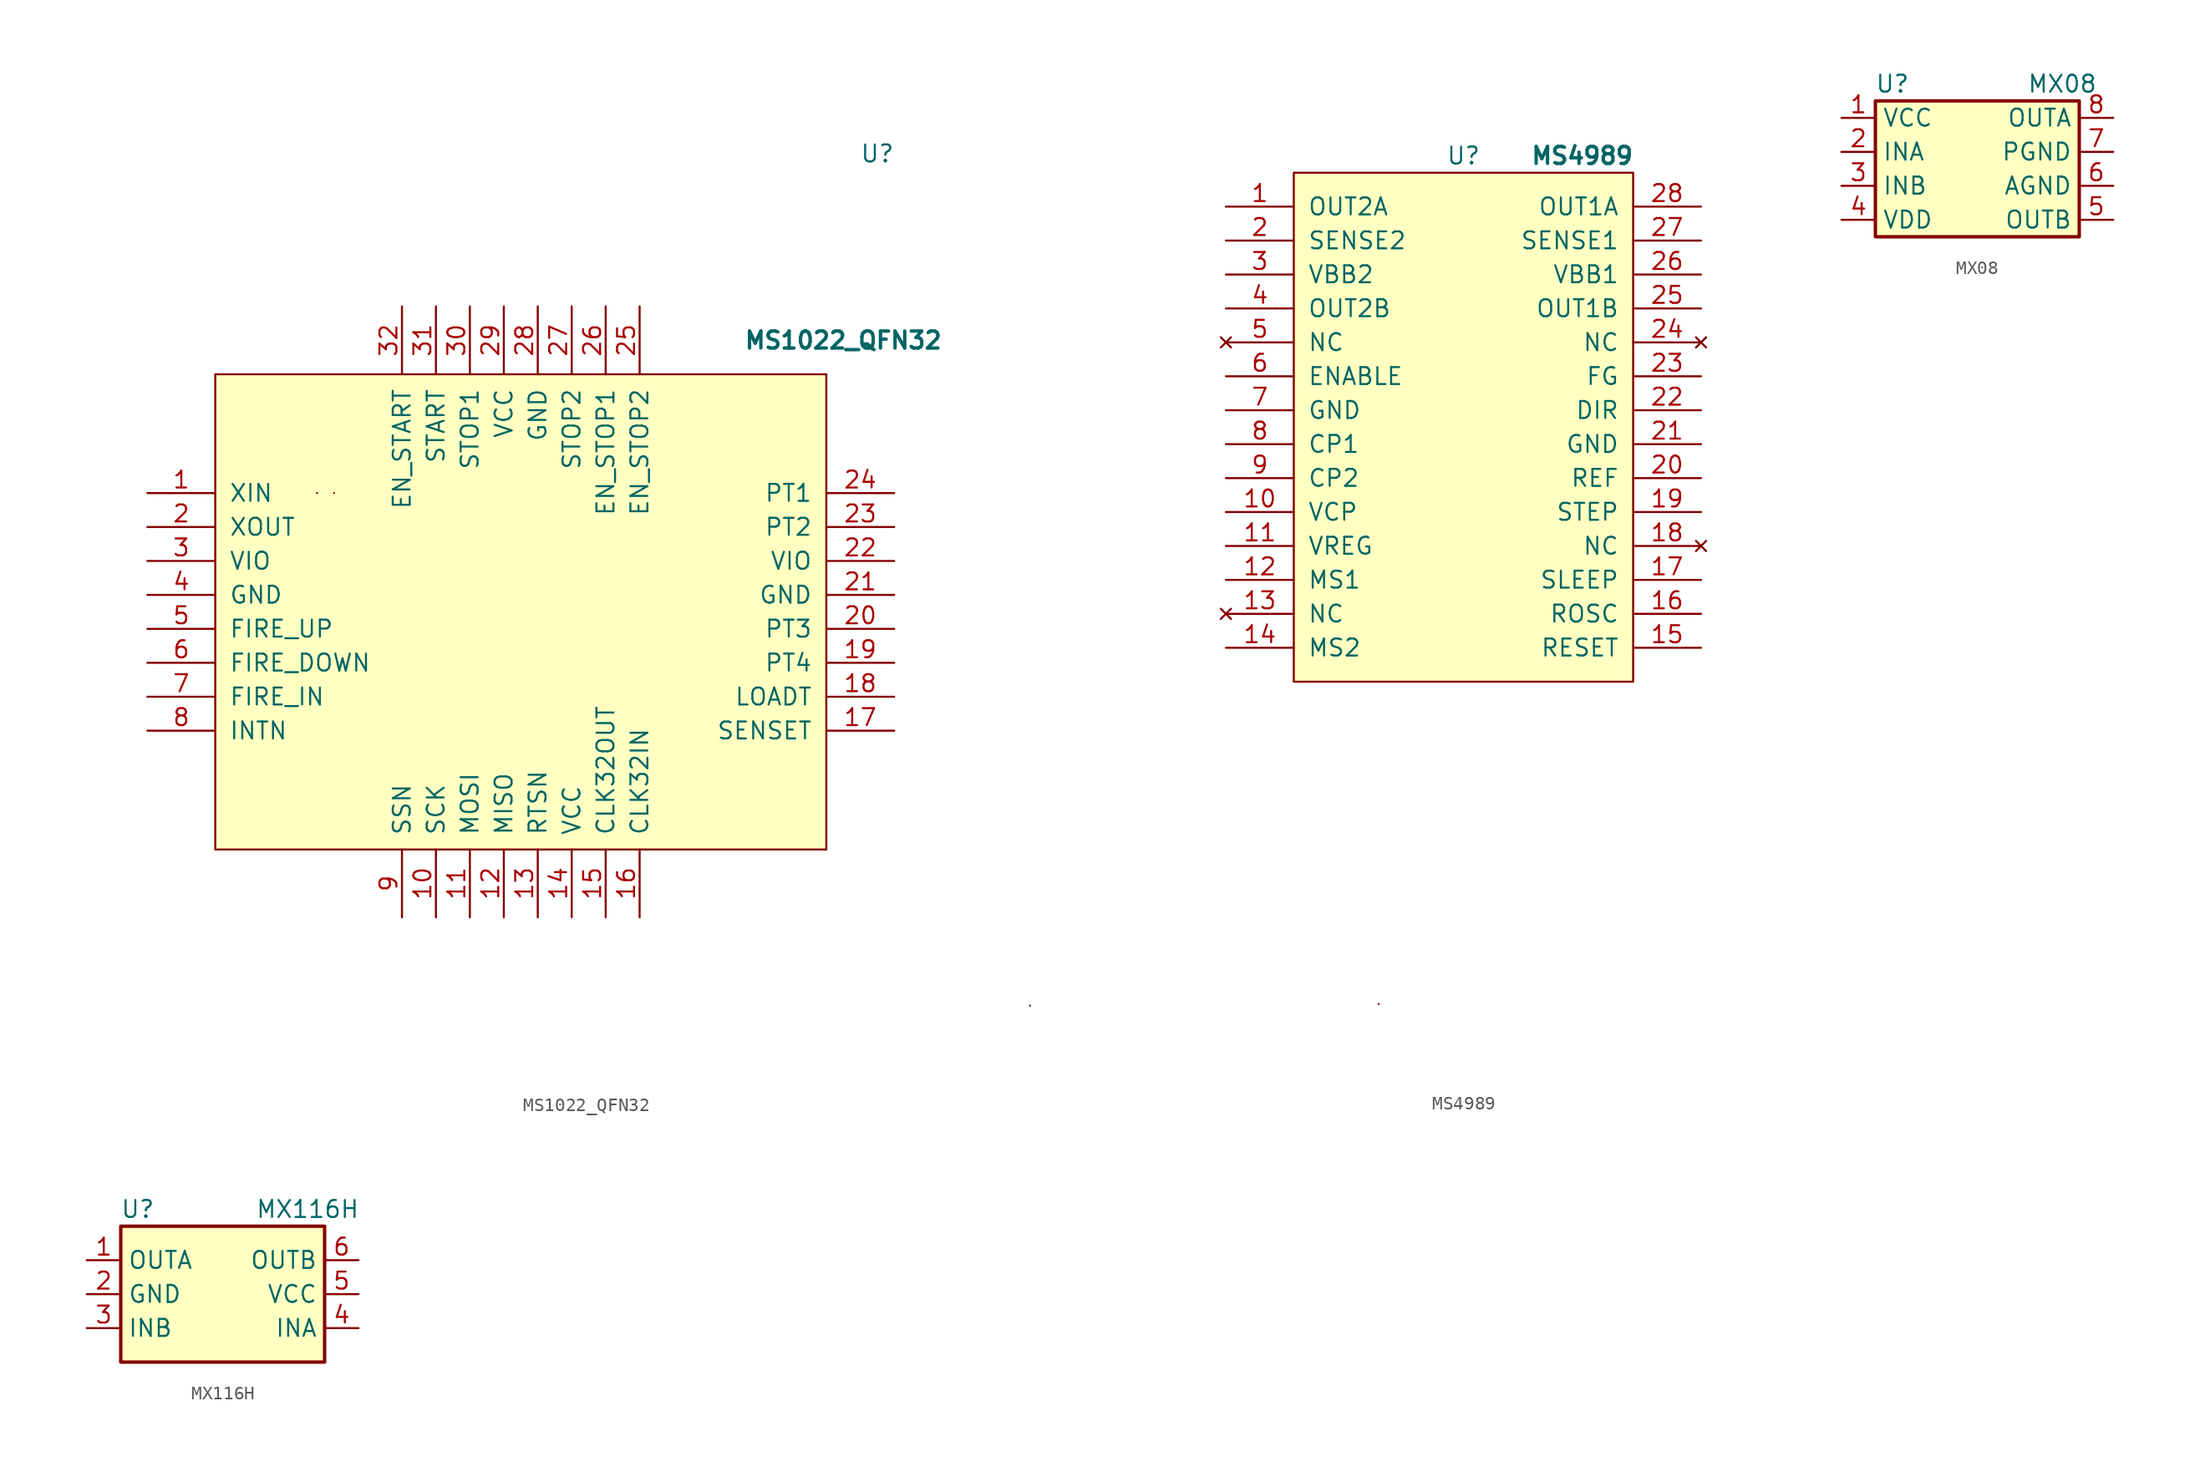
<source format=kicad_sym>
(kicad_symbol_lib
  (version 20211014)
  (generator kicad_symbol_editor)
  (symbol "MS1022_QFN32"
    (pin_names
      (offset 1.016))
    (property "Reference" "U"
      (at 26.67 34.29 0)
      (effects (font (size 1.27 1.27))))
    (property "Value" "MS1022_QFN32"
      (at 24.13 20.32 0)
      (effects (font (size 1.27 1.27) bold)))
    (symbol "MS1022_QFN32_0_1"
      (rectangle (start -22.86 17.78) (end 22.86 -17.78) (stroke (width 0) (type default) (color 0 0 0 0)) (fill (type background)))
      (rectangle (start -15.24 8.89) (end -15.24 8.89) (stroke (width 0) (type default) (color 0 0 0 0)) (fill (type background)))
      (rectangle (start -13.97 8.89) (end -13.97 8.89) (stroke (width 0) (type default) (color 0 0 0 0)) (fill (type none)))
      (rectangle (start 38.1 -29.464) (end 38.1 -29.464) (stroke (width 0) (type default) (color 0 0 0 0)) (fill (type none))))
    (symbol "MS1022_QFN32_1_1"
      (pin passive line (at -27.94 8.89 0) (length 5.08) (name "XIN" (effects (font (size 1.27 1.27)))) (number "1" (effects (font (size 1.27 1.27)))))
      (pin passive line (at -6.35 -22.86 90) (length 5.08) (name "SCK" (effects (font (size 1.27 1.27)))) (number "10" (effects (font (size 1.27 1.27)))))
      (pin passive line (at -3.81 -22.86 90) (length 5.08) (name "MOSI" (effects (font (size 1.27 1.27)))) (number "11" (effects (font (size 1.27 1.27)))))
      (pin passive line (at -1.27 -22.86 90) (length 5.08) (name "MISO" (effects (font (size 1.27 1.27)))) (number "12" (effects (font (size 1.27 1.27)))))
      (pin input line (at 1.27 -22.86 90) (length 5.08) (name "RTSN" (effects (font (size 1.27 1.27)))) (number "13" (effects (font (size 1.27 1.27)))))
      (pin power_in line (at 3.81 -22.86 90) (length 5.08) (name "VCC" (effects (font (size 1.27 1.27)))) (number "14" (effects (font (size 1.27 1.27)))))
      (pin passive line (at 6.35 -22.86 90) (length 5.08) (name "CLK32OUT" (effects (font (size 1.27 1.27)))) (number "15" (effects (font (size 1.27 1.27)))))
      (pin passive line (at 8.89 -22.86 90) (length 5.08) (name "CLK32IN" (effects (font (size 1.27 1.27)))) (number "16" (effects (font (size 1.27 1.27)))))
      (pin input line (at 27.94 -8.89 180) (length 5.08) (name "SENSET" (effects (font (size 1.27 1.27)))) (number "17" (effects (font (size 1.27 1.27)))))
      (pin output line (at 27.94 -6.35 180) (length 5.08) (name "LOADT" (effects (font (size 1.27 1.27)))) (number "18" (effects (font (size 1.27 1.27)))))
      (pin passive line (at 27.94 -3.81 180) (length 5.08) (name "PT4" (effects (font (size 1.27 1.27)))) (number "19" (effects (font (size 1.27 1.27)))))
      (pin passive line (at -27.94 6.35 0) (length 5.08) (name "XOUT" (effects (font (size 1.27 1.27)))) (number "2" (effects (font (size 1.27 1.27)))))
      (pin passive line (at 27.94 -1.27 180) (length 5.08) (name "PT3" (effects (font (size 1.27 1.27)))) (number "20" (effects (font (size 1.27 1.27)))))
      (pin power_in line (at 27.94 1.27 180) (length 5.08) (name "GND" (effects (font (size 1.27 1.27)))) (number "21" (effects (font (size 1.27 1.27)))))
      (pin passive line (at 27.94 3.81 180) (length 5.08) (name "VIO" (effects (font (size 1.27 1.27)))) (number "22" (effects (font (size 1.27 1.27)))))
      (pin passive line (at 27.94 6.35 180) (length 5.08) (name "PT2" (effects (font (size 1.27 1.27)))) (number "23" (effects (font (size 1.27 1.27)))))
      (pin passive line (at 27.94 8.89 180) (length 5.08) (name "PT1" (effects (font (size 1.27 1.27)))) (number "24" (effects (font (size 1.27 1.27)))))
      (pin input line (at 8.89 22.86 270) (length 5.08) (name "EN_STOP2" (effects (font (size 1.27 1.27)))) (number "25" (effects (font (size 1.27 1.27)))))
      (pin input line (at 6.35 22.86 270) (length 5.08) (name "EN_STOP1" (effects (font (size 1.27 1.27)))) (number "26" (effects (font (size 1.27 1.27)))))
      (pin input line (at 3.81 22.86 270) (length 5.08) (name "STOP2" (effects (font (size 1.27 1.27)))) (number "27" (effects (font (size 1.27 1.27)))))
      (pin power_in line (at 1.27 22.86 270) (length 5.08) (name "GND" (effects (font (size 1.27 1.27)))) (number "28" (effects (font (size 1.27 1.27)))))
      (pin power_in line (at -1.27 22.86 270) (length 5.08) (name "VCC" (effects (font (size 1.27 1.27)))) (number "29" (effects (font (size 1.27 1.27)))))
      (pin passive line (at -27.94 3.81 0) (length 5.08) (name "VIO" (effects (font (size 1.27 1.27)))) (number "3" (effects (font (size 1.27 1.27)))))
      (pin input line (at -3.81 22.86 270) (length 5.08) (name "STOP1" (effects (font (size 1.27 1.27)))) (number "30" (effects (font (size 1.27 1.27)))))
      (pin input line (at -6.35 22.86 270) (length 5.08) (name "START" (effects (font (size 1.27 1.27)))) (number "31" (effects (font (size 1.27 1.27)))))
      (pin bidirectional line (at -8.89 22.86 270) (length 5.08) (name "EN_START" (effects (font (size 1.27 1.27)))) (number "32" (effects (font (size 1.27 1.27)))))
      (pin power_in line (at -27.94 1.27 0) (length 5.08) (name "GND" (effects (font (size 1.27 1.27)))) (number "4" (effects (font (size 1.27 1.27)))))
      (pin bidirectional line (at -27.94 -1.27 0) (length 5.08) (name "FIRE_UP" (effects (font (size 1.27 1.27)))) (number "5" (effects (font (size 1.27 1.27)))))
      (pin bidirectional line (at -27.94 -3.81 0) (length 5.08) (name "FIRE_DOWN" (effects (font (size 1.27 1.27)))) (number "6" (effects (font (size 1.27 1.27)))))
      (pin input line (at -27.94 -6.35 0) (length 5.08) (name "FIRE_IN" (effects (font (size 1.27 1.27)))) (number "7" (effects (font (size 1.27 1.27)))))
      (pin passive line (at -27.94 -8.89 0) (length 5.08) (name "INTN" (effects (font (size 1.27 1.27)))) (number "8" (effects (font (size 1.27 1.27)))))
      (pin passive line (at -8.89 -22.86 90) (length 5.08) (name "SSN" (effects (font (size 1.27 1.27)))) (number "9" (effects (font (size 1.27 1.27)))))))
  (symbol "MS4989"
    (pin_names
      (offset 1.016))
    (property "Reference" "U"
      (at 0 20.32 0)
      (effects (font (size 1.27 1.27))))
    (property "Value" "MS4989"
      (at 8.89 20.32 0)
      (effects (font (size 1.27 1.27) bold)))
    (symbol "MS4989_0_1"
      (rectangle (start -15.24 8.89) (end -15.24 8.89) (stroke (width 0) (type default) (color 0 0 0 0)) (fill (type background)))
      (rectangle (start -13.97 8.89) (end -13.97 8.89) (stroke (width 0) (type default) (color 0 0 0 0)) (fill (type none)))
      (rectangle (start -12.7 19.05) (end 12.7 -19.05) (stroke (width 0) (type default) (color 0 0 0 0)) (fill (type background)))
      (rectangle (start -6.35 -43.18) (end -6.35 -43.18) (stroke (width 0) (type default) (color 0 0 0 0)) (fill (type none))))
    (symbol "MS4989_1_1"
      (pin output line (at -17.78 16.51 0) (length 5.08) (name "OUT2A" (effects (font (size 1.27 1.27)))) (number "1" (effects (font (size 1.27 1.27)))))
      (pin passive line (at -17.78 -6.35 0) (length 5.08) (name "VCP" (effects (font (size 1.27 1.27)))) (number "10" (effects (font (size 1.27 1.27)))))
      (pin output line (at -17.78 -8.89 0) (length 5.08) (name "VREG" (effects (font (size 1.27 1.27)))) (number "11" (effects (font (size 1.27 1.27)))))
      (pin input line (at -17.78 -11.43 0) (length 5.08) (name "MS1" (effects (font (size 1.27 1.27)))) (number "12" (effects (font (size 1.27 1.27)))))
      (pin no_connect line (at -17.78 -13.97 0) (length 5.08) (name "NC" (effects (font (size 1.27 1.27)))) (number "13" (effects (font (size 1.27 1.27)))))
      (pin input line (at -17.78 -16.51 0) (length 5.08) (name "MS2" (effects (font (size 1.27 1.27)))) (number "14" (effects (font (size 1.27 1.27)))))
      (pin input line (at 17.78 -16.51 180) (length 5.08) (name "RESET" (effects (font (size 1.27 1.27)))) (number "15" (effects (font (size 1.27 1.27)))))
      (pin passive line (at 17.78 -13.97 180) (length 5.08) (name "ROSC" (effects (font (size 1.27 1.27)))) (number "16" (effects (font (size 1.27 1.27)))))
      (pin input line (at 17.78 -11.43 180) (length 5.08) (name "SLEEP" (effects (font (size 1.27 1.27)))) (number "17" (effects (font (size 1.27 1.27)))))
      (pin no_connect line (at 17.78 -8.89 180) (length 5.08) (name "NC" (effects (font (size 1.27 1.27)))) (number "18" (effects (font (size 1.27 1.27)))))
      (pin input line (at 17.78 -6.35 180) (length 5.08) (name "STEP" (effects (font (size 1.27 1.27)))) (number "19" (effects (font (size 1.27 1.27)))))
      (pin input line (at -17.78 13.97 0) (length 5.08) (name "SENSE2" (effects (font (size 1.27 1.27)))) (number "2" (effects (font (size 1.27 1.27)))))
      (pin input line (at 17.78 -3.81 180) (length 5.08) (name "REF" (effects (font (size 1.27 1.27)))) (number "20" (effects (font (size 1.27 1.27)))))
      (pin power_in line (at 17.78 -1.27 180) (length 5.08) (name "GND" (effects (font (size 1.27 1.27)))) (number "21" (effects (font (size 1.27 1.27)))))
      (pin input line (at 17.78 1.27 180) (length 5.08) (name "DIR" (effects (font (size 1.27 1.27)))) (number "22" (effects (font (size 1.27 1.27)))))
      (pin output line (at 17.78 3.81 180) (length 5.08) (name "FG" (effects (font (size 1.27 1.27)))) (number "23" (effects (font (size 1.27 1.27)))))
      (pin no_connect line (at 17.78 6.35 180) (length 5.08) (name "NC" (effects (font (size 1.27 1.27)))) (number "24" (effects (font (size 1.27 1.27)))))
      (pin output line (at 17.78 8.89 180) (length 5.08) (name "OUT1B" (effects (font (size 1.27 1.27)))) (number "25" (effects (font (size 1.27 1.27)))))
      (pin input line (at 17.78 11.43 180) (length 5.08) (name "VBB1" (effects (font (size 1.27 1.27)))) (number "26" (effects (font (size 1.27 1.27)))))
      (pin input line (at 17.78 13.97 180) (length 5.08) (name "SENSE1" (effects (font (size 1.27 1.27)))) (number "27" (effects (font (size 1.27 1.27)))))
      (pin output line (at 17.78 16.51 180) (length 5.08) (name "OUT1A" (effects (font (size 1.27 1.27)))) (number "28" (effects (font (size 1.27 1.27)))))
      (pin input line (at -17.78 11.43 0) (length 5.08) (name "VBB2" (effects (font (size 1.27 1.27)))) (number "3" (effects (font (size 1.27 1.27)))))
      (pin output line (at -17.78 8.89 0) (length 5.08) (name "OUT2B" (effects (font (size 1.27 1.27)))) (number "4" (effects (font (size 1.27 1.27)))))
      (pin no_connect line (at -17.78 6.35 0) (length 5.08) (name "NC" (effects (font (size 1.27 1.27)))) (number "5" (effects (font (size 1.27 1.27)))))
      (pin input line (at -17.78 3.81 0) (length 5.08) (name "ENABLE" (effects (font (size 1.27 1.27)))) (number "6" (effects (font (size 1.27 1.27)))))
      (pin power_in line (at -17.78 1.27 0) (length 5.08) (name "GND" (effects (font (size 1.27 1.27)))) (number "7" (effects (font (size 1.27 1.27)))))
      (pin passive line (at -17.78 -1.27 0) (length 5.08) (name "CP1" (effects (font (size 1.27 1.27)))) (number "8" (effects (font (size 1.27 1.27)))))
      (pin passive line (at -17.78 -3.81 0) (length 5.08) (name "CP2" (effects (font (size 1.27 1.27)))) (number "9" (effects (font (size 1.27 1.27)))))))
  (symbol "MX08"
    (property "Reference" "U"
      (at -6.35 6.35 0)
      (effects (font (size 1.27 1.27))))
    (property "Value" "MX08"
      (at 6.35 6.35 0)
      (effects (font (size 1.27 1.27))))
    (symbol "MX08_0_1"
      (rectangle (start -7.62 5.08) (end 7.62 -5.08) (stroke (width 0.254) (type default) (color 0 0 0 0)) (fill (type background))))
    (symbol "MX08_1_1"
      (pin power_in line (at -10.16 3.81 0) (length 2.54) (name "VCC" (effects (font (size 1.27 1.27)))) (number "1" (effects (font (size 1.27 1.27)))))
      (pin input line (at -10.16 1.27 0) (length 2.54) (name "INA" (effects (font (size 1.27 1.27)))) (number "2" (effects (font (size 1.27 1.27)))))
      (pin input line (at -10.16 -1.27 0) (length 2.54) (name "INB" (effects (font (size 1.27 1.27)))) (number "3" (effects (font (size 1.27 1.27)))))
      (pin power_in line (at -10.16 -3.81 0) (length 2.54) (name "VDD" (effects (font (size 1.27 1.27)))) (number "4" (effects (font (size 1.27 1.27)))))
      (pin passive line (at 10.16 -3.81 180) (length 2.54) (name "OUTB" (effects (font (size 1.27 1.27)))) (number "5" (effects (font (size 1.27 1.27)))))
      (pin power_in line (at 10.16 -1.27 180) (length 2.54) (name "AGND" (effects (font (size 1.27 1.27)))) (number "6" (effects (font (size 1.27 1.27)))))
      (pin passive line (at 10.16 1.27 180) (length 2.54) (name "PGND" (effects (font (size 1.27 1.27)))) (number "7" (effects (font (size 1.27 1.27)))))
      (pin passive line (at 10.16 3.81 180) (length 2.54) (name "OUTA" (effects (font (size 1.27 1.27)))) (number "8" (effects (font (size 1.27 1.27)))))))
  (symbol "MX116H"
    (property "Reference" "U"
      (at -6.35 6.35 0)
      (effects (font (size 1.27 1.27))))
    (property "Value" "MX116H"
      (at 6.35 6.35 0)
      (effects (font (size 1.27 1.27))))
    (symbol "MX116H_0_1"
      (rectangle (start -7.62 5.08) (end 7.62 -5.08) (stroke (width 0.254) (type default) (color 0 0 0 0)) (fill (type background))))
    (symbol "MX116H_1_1"
      (pin passive line (at -10.16 2.54 0) (length 2.54) (name "OUTA" (effects (font (size 1.27 1.27)))) (number "1" (effects (font (size 1.27 1.27)))))
      (pin passive line (at -10.16 0 0) (length 2.54) (name "GND" (effects (font (size 1.27 1.27)))) (number "2" (effects (font (size 1.27 1.27)))))
      (pin input line (at -10.16 -2.54 0) (length 2.54) (name "INB" (effects (font (size 1.27 1.27)))) (number "3" (effects (font (size 1.27 1.27)))))
      (pin input line (at 10.16 -2.54 180) (length 2.54) (name "INA" (effects (font (size 1.27 1.27)))) (number "4" (effects (font (size 1.27 1.27)))))
      (pin power_in line (at 10.16 0 180) (length 2.54) (name "VCC" (effects (font (size 1.27 1.27)))) (number "5" (effects (font (size 1.27 1.27)))))
      (pin passive line (at 10.16 2.54 180) (length 2.54) (name "OUTB" (effects (font (size 1.27 1.27)))) (number "6" (effects (font (size 1.27 1.27))))))))
</source>
